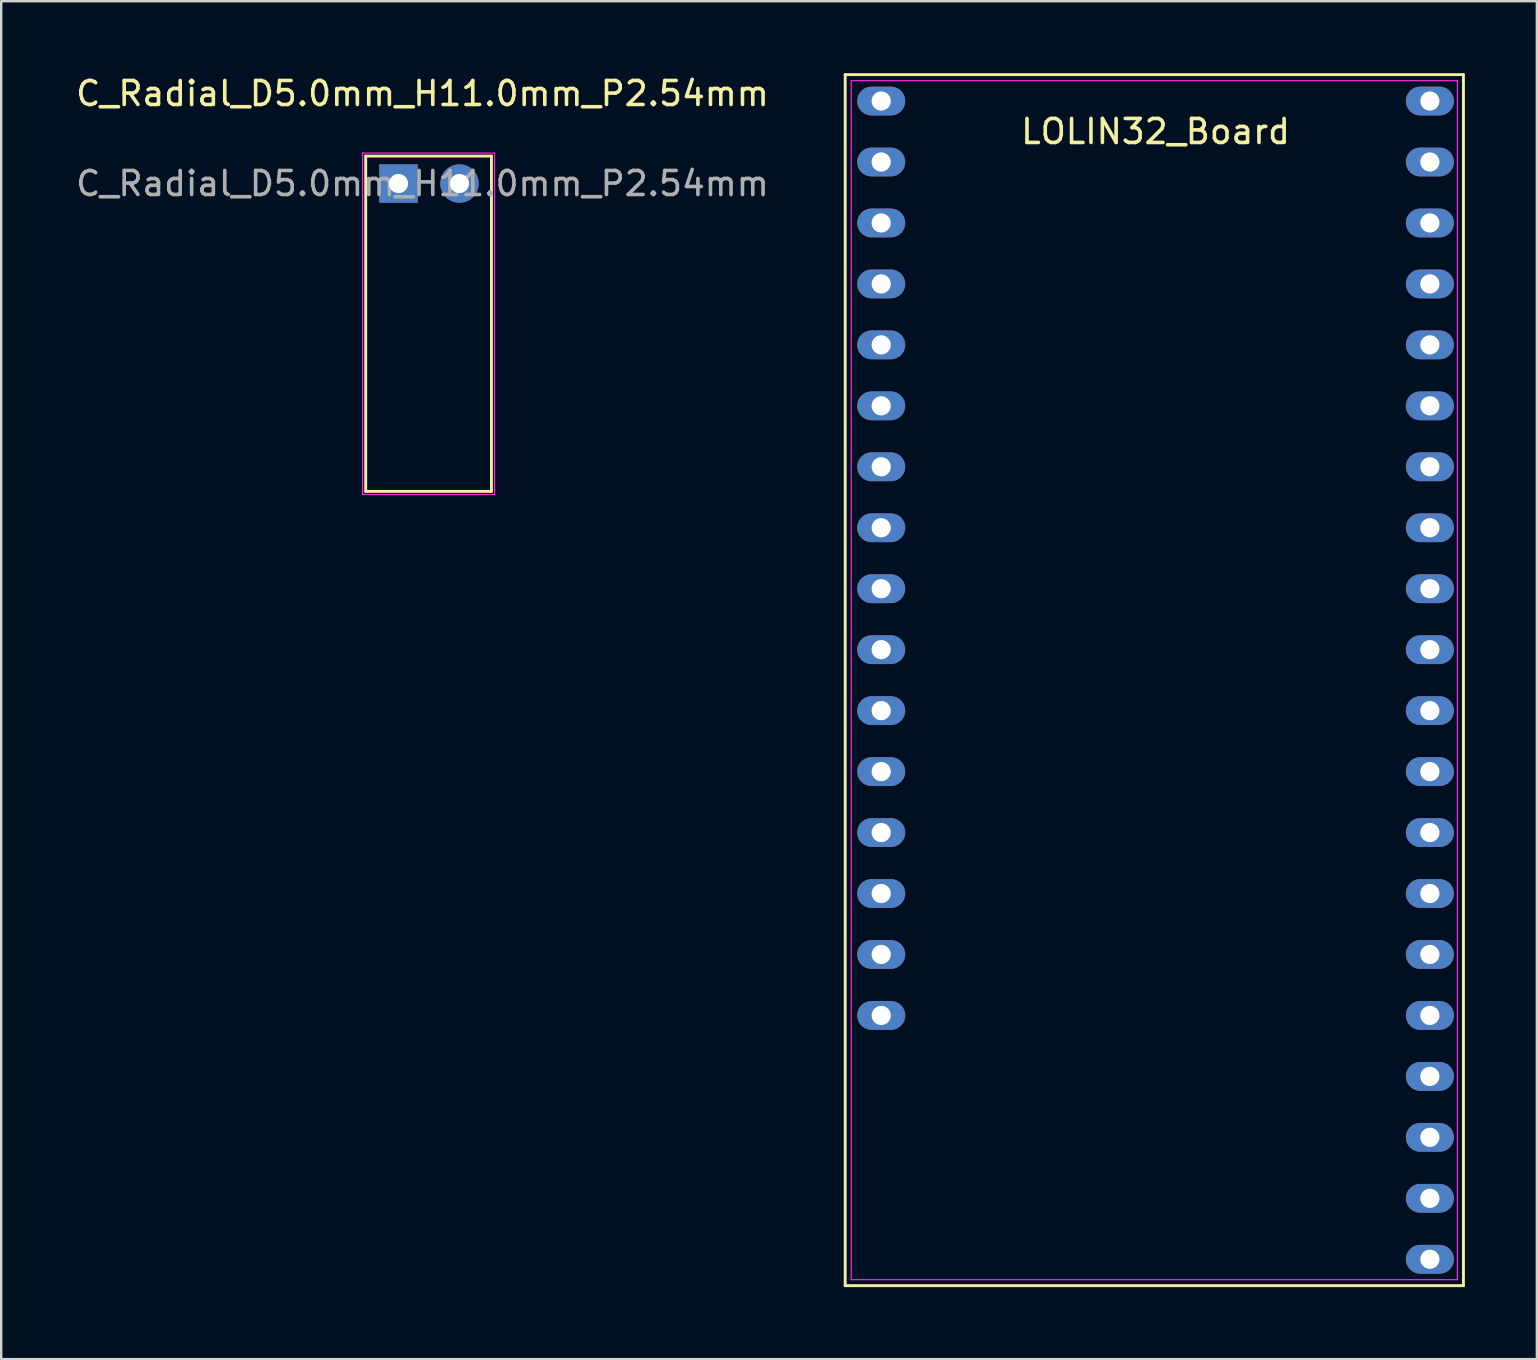
<source format=kicad_pcb>
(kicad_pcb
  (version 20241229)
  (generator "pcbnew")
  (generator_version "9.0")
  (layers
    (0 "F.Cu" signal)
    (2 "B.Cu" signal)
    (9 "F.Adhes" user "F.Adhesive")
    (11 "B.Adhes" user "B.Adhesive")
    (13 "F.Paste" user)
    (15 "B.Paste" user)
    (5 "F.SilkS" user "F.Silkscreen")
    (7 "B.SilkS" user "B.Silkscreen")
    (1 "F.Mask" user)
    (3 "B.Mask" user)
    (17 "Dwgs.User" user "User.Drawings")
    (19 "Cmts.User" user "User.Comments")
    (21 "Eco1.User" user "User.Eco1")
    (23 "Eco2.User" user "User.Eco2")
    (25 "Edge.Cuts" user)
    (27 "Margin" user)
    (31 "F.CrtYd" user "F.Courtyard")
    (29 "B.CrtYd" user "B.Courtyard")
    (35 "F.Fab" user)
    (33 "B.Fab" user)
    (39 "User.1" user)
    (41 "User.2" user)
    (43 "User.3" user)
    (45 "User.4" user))
  (footprint "C_Radial_D5.0mm_H11.0mm_P2.54mm"
    (layer "F.Cu")
    (at 13.554 4.598)
    (property "Reference" "C_Radial_D5.0mm_H11.0mm_P2.54mm" (at 1 -3.75 0) (layer "F.SilkS") (effects (font (size 1 1) (thickness 0.15))))
    (attr through_hole)
    (fp_line (start -1.366 -1.143) (end -1.366 12.827) (stroke (width 0.12) (type solid)) (layer "F.SilkS"))
    (fp_line (start 3.874 -1.143) (end -1.366 -1.143) (stroke (width 0.12) (type solid)) (layer "F.SilkS"))
    (fp_line (start 3.874 12.827) (end -1.366 12.827) (stroke (width 0.12) (type solid)) (layer "F.SilkS"))
    (fp_line (start 3.874 12.827) (end 3.874 -1.143) (stroke (width 0.12) (type solid)) (layer "F.SilkS"))
    (fp_line (start -1.496 -1.27) (end -1.496 12.954) (stroke (width 0.05) (type solid)) (layer "F.CrtYd"))
    (fp_line (start 4.004 -1.27) (end -1.496 -1.27) (stroke (width 0.05) (type solid)) (layer "F.CrtYd"))
    (fp_line (start 4.004 12.954) (end -1.496 12.954) (stroke (width 0.05) (type solid)) (layer "F.CrtYd"))
    (fp_line (start 4.004 12.954) (end 4.004 -1.27) (stroke (width 0.05) (type solid)) (layer "F.CrtYd"))
    (fp_text user "${REFERENCE}" (at 1 0 0) (layer "F.Fab") (effects (font (size 1 1) (thickness 0.15))))
    (pad "1" thru_hole trapezoid (at 0 0) (size 1.6 1.6) (drill 0.8) (layers "*.Cu" "*.Mask"))
    (pad "2" thru_hole circle (at 2.54 0) (size 1.6 1.6) (drill 0.8) (layers "*.Cu" "*.Mask")))
  (footprint "LOLIN32_Board"
    (layer "F.Cu")
    (at 33.668 1.16)
    (property "Reference" "LOLIN32_Board" (at 11.43 1.27 0) (layer "F.SilkS") (effects (font (size 1 1) (thickness 0.15))))
    (attr through_hole)
    (fp_line (start -1.501 49.36) (end 24.259 49.36) (stroke (width 0.12) (type solid)) (layer "F.SilkS"))
    (fp_line (start -1.501 -1.1) (end -1.501 49.36) (stroke (width 0.12) (type solid)) (layer "F.SilkS"))
    (fp_line (start 24.259 49.36) (end 24.259 -1.1) (stroke (width 0.12) (type solid)) (layer "F.SilkS"))
    (fp_line (start 24.259 -1.1) (end -1.501 -1.1) (stroke (width 0.12) (type solid)) (layer "F.SilkS"))
    (fp_line (start -1.251 -0.85) (end 24.009 -0.85) (stroke (width 0.05) (type solid)) (layer "F.CrtYd"))
    (fp_line (start -1.251 49.11) (end -1.251 -0.85) (stroke (width 0.05) (type solid)) (layer "F.CrtYd"))
    (fp_line (start 24.009 -0.85) (end 24.009 49.11) (stroke (width 0.05) (type solid)) (layer "F.CrtYd"))
    (fp_line (start 24.009 49.11) (end -1.251 49.11) (stroke (width 0.05) (type solid)) (layer "F.CrtYd"))
    (pad "1" thru_hole oval (at -0.001 0 270) (size 1.2 2) (drill 0.8) (layers "*.Cu" "*.Mask"))
    (pad "2" thru_hole oval (at -0.001 2.54 270) (size 1.2 2) (drill 0.8) (layers "*.Cu" "*.Mask"))
    (pad "3" thru_hole oval (at -0.001 5.08 270) (size 1.2 2) (drill 0.8) (layers "*.Cu" "*.Mask"))
    (pad "4" thru_hole oval (at -0.001 7.62 270) (size 1.2 2) (drill 0.8) (layers "*.Cu" "*.Mask"))
    (pad "5" thru_hole oval (at -0.001 10.16 270) (size 1.2 2) (drill 0.8) (layers "*.Cu" "*.Mask"))
    (pad "6" thru_hole oval (at -0.001 12.7 270) (size 1.2 2) (drill 0.8) (layers "*.Cu" "*.Mask"))
    (pad "7" thru_hole oval (at -0.001 15.24 270) (size 1.2 2) (drill 0.8) (layers "*.Cu" "*.Mask"))
    (pad "8" thru_hole oval (at -0.001 17.78 270) (size 1.2 2) (drill 0.8) (layers "*.Cu" "*.Mask"))
    (pad "9" thru_hole oval (at -0.001 20.32 270) (size 1.2 2) (drill 0.8) (layers "*.Cu" "*.Mask"))
    (pad "10" thru_hole oval (at -0.001 22.86 270) (size 1.2 2) (drill 0.8) (layers "*.Cu" "*.Mask"))
    (pad "11" thru_hole oval (at -0.001 25.4 270) (size 1.2 2) (drill 0.8) (layers "*.Cu" "*.Mask"))
    (pad "12" thru_hole oval (at -0.001 27.94 270) (size 1.2 2) (drill 0.8) (layers "*.Cu" "*.Mask"))
    (pad "13" thru_hole oval (at -0.001 30.48 270) (size 1.2 2) (drill 0.8) (layers "*.Cu" "*.Mask"))
    (pad "14" thru_hole oval (at -0.001 33.02 270) (size 1.2 2) (drill 0.8) (layers "*.Cu" "*.Mask"))
    (pad "15" thru_hole oval (at -0.001 35.56 270) (size 1.2 2) (drill 0.8) (layers "*.Cu" "*.Mask"))
    (pad "16" thru_hole oval (at 0 38.1 270) (size 1.2 2) (drill 0.8) (layers "*.Cu" "*.Mask"))
    (pad "17" thru_hole oval (at 22.861 0 270) (size 1.2 2) (drill 0.8) (layers "*.Cu" "*.Mask"))
    (pad "18" thru_hole oval (at 22.861 2.54 270) (size 1.2 2) (drill 0.8) (layers "*.Cu" "*.Mask"))
    (pad "19" thru_hole oval (at 22.861 5.08 270) (size 1.2 2) (drill 0.8) (layers "*.Cu" "*.Mask"))
    (pad "20" thru_hole oval (at 22.861 7.62 270) (size 1.2 2) (drill 0.8) (layers "*.Cu" "*.Mask"))
    (pad "21" thru_hole oval (at 22.861 10.16 270) (size 1.2 2) (drill 0.8) (layers "*.Cu" "*.Mask"))
    (pad "22" thru_hole oval (at 22.861 12.7 270) (size 1.2 2) (drill 0.8) (layers "*.Cu" "*.Mask"))
    (pad "23" thru_hole oval (at 22.861 15.24 270) (size 1.2 2) (drill 0.8) (layers "*.Cu" "*.Mask"))
    (pad "24" thru_hole oval (at 22.861 17.78 270) (size 1.2 2) (drill 0.8) (layers "*.Cu" "*.Mask"))
    (pad "25" thru_hole oval (at 22.861 20.32 270) (size 1.2 2) (drill 0.8) (layers "*.Cu" "*.Mask"))
    (pad "26" thru_hole oval (at 22.861 22.86 270) (size 1.2 2) (drill 0.8) (layers "*.Cu" "*.Mask"))
    (pad "27" thru_hole oval (at 22.861 25.4 270) (size 1.2 2) (drill 0.8) (layers "*.Cu" "*.Mask"))
    (pad "28" thru_hole oval (at 22.861 27.94 270) (size 1.2 2) (drill 0.8) (layers "*.Cu" "*.Mask"))
    (pad "29" thru_hole oval (at 22.861 30.48 270) (size 1.2 2) (drill 0.8) (layers "*.Cu" "*.Mask"))
    (pad "30" thru_hole oval (at 22.861 33.02 270) (size 1.2 2) (drill 0.8) (layers "*.Cu" "*.Mask"))
    (pad "31" thru_hole oval (at 22.861 35.56 270) (size 1.2 2) (drill 0.8) (layers "*.Cu" "*.Mask"))
    (pad "32" thru_hole oval (at 22.861 38.1 270) (size 1.2 2) (drill 0.8) (layers "*.Cu" "*.Mask"))
    (pad "33" thru_hole oval (at 22.861 40.64 270) (size 1.2 2) (drill 0.8) (layers "*.Cu" "*.Mask"))
    (pad "34" thru_hole oval (at 22.861 43.18 270) (size 1.2 2) (drill 0.8) (layers "*.Cu" "*.Mask"))
    (pad "35" thru_hole oval (at 22.861 45.72 270) (size 1.2 2) (drill 0.8) (layers "*.Cu" "*.Mask"))
    (pad "36" thru_hole oval (at 22.861 48.26 270) (size 1.2 2) (drill 0.8) (layers "*.Cu" "*.Mask")))
  (gr_rect
    (start -3 -3)
    (end 60.987 53.58)
    (stroke (width 0.1) (type default))
    (fill no)
    (layer "Edge.Cuts")))
</source>
